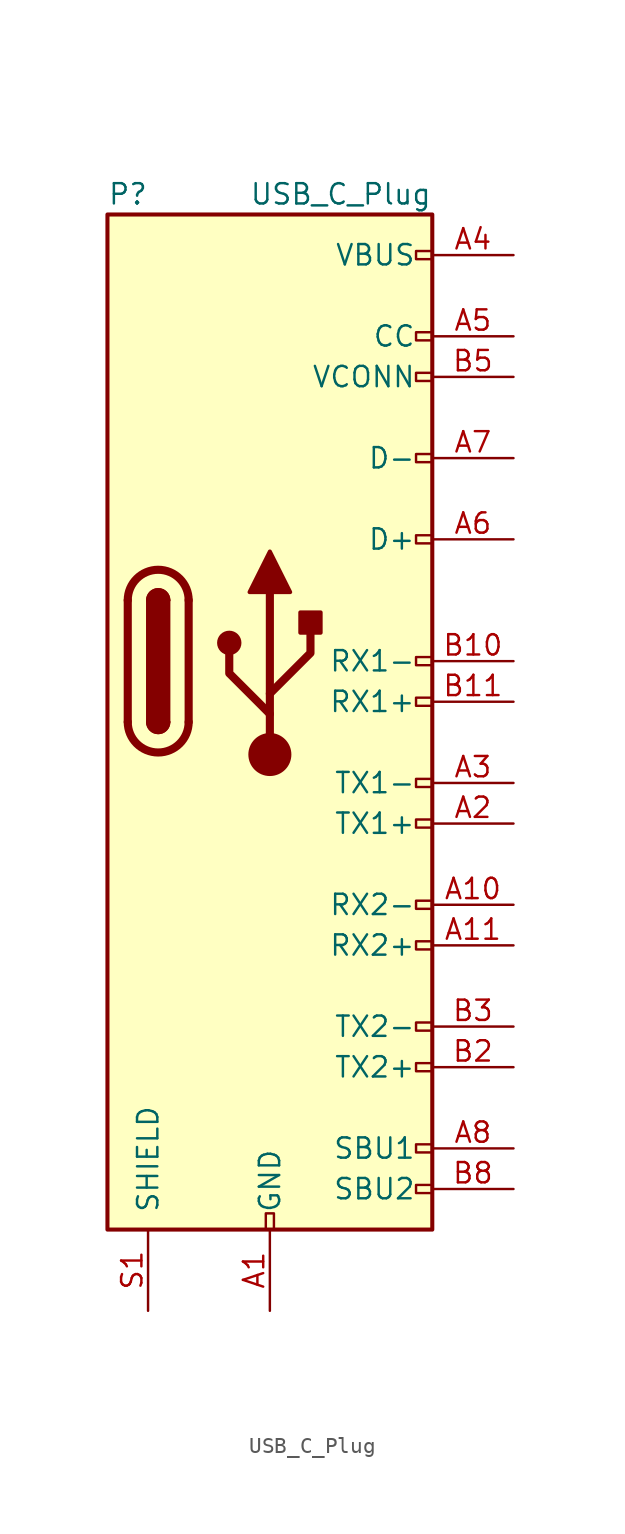
<source format=kicad_sym>
(kicad_symbol_lib
  (version 20220914)
  (generator kicad_symbol_editor)
  (symbol "USB_C_Plug"
    (pin_names
      (offset 1.016))
    (property "Reference" "P"
      (at -10.16 29.21 0)
      (effects (font (size 1.27 1.27)) (justify left)))
    (property "Value" "USB_C_Plug"
      (at 10.16 29.21 0)
      (effects (font (size 1.27 1.27)) (justify right)))
    (symbol "USB_C_Plug_0_0"
      (rectangle (start -0.254 -35.56) (end 0.254 -34.544) (stroke (width 0) (type solid)) (fill (type none)))
      (rectangle (start 10.16 -32.766) (end 9.144 -33.274) (stroke (width 0) (type solid)) (fill (type none)))
      (rectangle (start 10.16 -30.226) (end 9.144 -30.734) (stroke (width 0) (type solid)) (fill (type none)))
      (rectangle (start 10.16 -25.146) (end 9.144 -25.654) (stroke (width 0) (type solid)) (fill (type none)))
      (rectangle (start 10.16 -22.606) (end 9.144 -23.114) (stroke (width 0) (type solid)) (fill (type none)))
      (rectangle (start 10.16 -17.526) (end 9.144 -18.034) (stroke (width 0) (type solid)) (fill (type none)))
      (rectangle (start 10.16 -14.986) (end 9.144 -15.494) (stroke (width 0) (type solid)) (fill (type none)))
      (rectangle (start 10.16 -9.906) (end 9.144 -10.414) (stroke (width 0) (type solid)) (fill (type none)))
      (rectangle (start 10.16 -7.366) (end 9.144 -7.874) (stroke (width 0) (type solid)) (fill (type none)))
      (rectangle (start 10.16 -2.286) (end 9.144 -2.794) (stroke (width 0) (type solid)) (fill (type none)))
      (rectangle (start 10.16 0.254) (end 9.144 -0.254) (stroke (width 0) (type solid)) (fill (type none)))
      (rectangle (start 10.16 7.874) (end 9.144 7.366) (stroke (width 0) (type solid)) (fill (type none)))
      (rectangle (start 10.16 12.954) (end 9.144 12.446) (stroke (width 0) (type solid)) (fill (type none)))
      (rectangle (start 10.16 18.034) (end 9.144 17.526) (stroke (width 0) (type solid)) (fill (type none)))
      (rectangle (start 10.16 20.574) (end 9.144 20.066) (stroke (width 0) (type solid)) (fill (type none)))
      (rectangle (start 10.16 25.654) (end 9.144 25.146) (stroke (width 0) (type solid)) (fill (type none))))
    (symbol "USB_C_Plug_0_1"
      (rectangle (start -10.16 27.94) (end 10.16 -35.56) (stroke (width 0.254) (type solid)) (fill (type background)))
      (arc (start -8.89 -3.81) (mid -6.985 -5.7067) (end -5.08 -3.81) (stroke (width 0.508) (type solid)) (fill (type none)))
      (arc (start -7.62 -3.81) (mid -6.985 -4.4423) (end -6.35 -3.81) (stroke (width 0.254) (type solid)) (fill (type none)))
      (arc (start -7.62 -3.81) (mid -6.985 -4.4423) (end -6.35 -3.81) (stroke (width 0.254) (type solid)) (fill (type outline)))
      (rectangle (start -7.62 -3.81) (end -6.35 3.81) (stroke (width 0.254) (type solid)) (fill (type outline)))
      (arc (start -6.35 3.81) (mid -6.985 4.4423) (end -7.62 3.81) (stroke (width 0.254) (type solid)) (fill (type none)))
      (arc (start -6.35 3.81) (mid -6.985 4.4423) (end -7.62 3.81) (stroke (width 0.254) (type solid)) (fill (type outline)))
      (arc (start -5.08 3.81) (mid -6.985 5.7067) (end -8.89 3.81) (stroke (width 0.508) (type solid)) (fill (type none)))
      (polyline (pts (xy -8.89 -3.81) (xy -8.89 3.81)) (stroke (width 0.508) (type solid)) (fill (type none)))
      (polyline (pts (xy -5.08 3.81) (xy -5.08 -3.81)) (stroke (width 0.508) (type solid)) (fill (type none))))
    (symbol "USB_C_Plug_1_1"
      (circle (center -2.54 1.143) (radius 0.635) (stroke (width 0.254) (type solid)) (fill (type outline)))
      (circle (center 0 -5.842) (radius 1.27) (stroke (width 0) (type solid)) (fill (type outline)))
      (polyline (pts (xy 0 -5.842) (xy 0 4.318)) (stroke (width 0.508) (type solid)) (fill (type none)))
      (polyline (pts (xy 0 -3.302) (xy -2.54 -0.762) (xy -2.54 0.508)) (stroke (width 0.508) (type solid)) (fill (type none)))
      (polyline (pts (xy 0 -2.032) (xy 2.54 0.508) (xy 2.54 1.778)) (stroke (width 0.508) (type solid)) (fill (type none)))
      (polyline (pts (xy -1.27 4.318) (xy 0 6.858) (xy 1.27 4.318) (xy -1.27 4.318)) (stroke (width 0.254) (type solid)) (fill (type outline)))
      (rectangle (start 1.905 1.778) (end 3.175 3.048) (stroke (width 0.254) (type solid)) (fill (type outline)))
      (pin passive line (at 0 -40.64 90) (length 5.08) (name "GND" (effects (font (size 1.27 1.27)))) (number "A1" (effects (font (size 1.27 1.27)))))
      (pin bidirectional line (at 15.24 -15.24 180) (length 5.08) (name "RX2-" (effects (font (size 1.27 1.27)))) (number "A10" (effects (font (size 1.27 1.27)))))
      (pin bidirectional line (at 15.24 -17.78 180) (length 5.08) (name "RX2+" (effects (font (size 1.27 1.27)))) (number "A11" (effects (font (size 1.27 1.27)))))
      (pin passive line (at 0 -40.64 90) (length 5.08) hide (name "GND" (effects (font (size 1.27 1.27)))) (number "A12" (effects (font (size 1.27 1.27)))))
      (pin bidirectional line (at 15.24 -10.16 180) (length 5.08) (name "TX1+" (effects (font (size 1.27 1.27)))) (number "A2" (effects (font (size 1.27 1.27)))))
      (pin bidirectional line (at 15.24 -7.62 180) (length 5.08) (name "TX1-" (effects (font (size 1.27 1.27)))) (number "A3" (effects (font (size 1.27 1.27)))))
      (pin passive line (at 15.24 25.4 180) (length 5.08) (name "VBUS" (effects (font (size 1.27 1.27)))) (number "A4" (effects (font (size 1.27 1.27)))))
      (pin bidirectional line (at 15.24 20.32 180) (length 5.08) (name "CC" (effects (font (size 1.27 1.27)))) (number "A5" (effects (font (size 1.27 1.27)))))
      (pin bidirectional line (at 15.24 7.62 180) (length 5.08) (name "D+" (effects (font (size 1.27 1.27)))) (number "A6" (effects (font (size 1.27 1.27)))))
      (pin bidirectional line (at 15.24 12.7 180) (length 5.08) (name "D-" (effects (font (size 1.27 1.27)))) (number "A7" (effects (font (size 1.27 1.27)))))
      (pin bidirectional line (at 15.24 -30.48 180) (length 5.08) (name "SBU1" (effects (font (size 1.27 1.27)))) (number "A8" (effects (font (size 1.27 1.27)))))
      (pin passive line (at 15.24 25.4 180) (length 5.08) hide (name "VBUS" (effects (font (size 1.27 1.27)))) (number "A9" (effects (font (size 1.27 1.27)))))
      (pin passive line (at 0 -40.64 90) (length 5.08) hide (name "GND" (effects (font (size 1.27 1.27)))) (number "B1" (effects (font (size 1.27 1.27)))))
      (pin bidirectional line (at 15.24 0 180) (length 5.08) (name "RX1-" (effects (font (size 1.27 1.27)))) (number "B10" (effects (font (size 1.27 1.27)))))
      (pin bidirectional line (at 15.24 -2.54 180) (length 5.08) (name "RX1+" (effects (font (size 1.27 1.27)))) (number "B11" (effects (font (size 1.27 1.27)))))
      (pin passive line (at 0 -40.64 90) (length 5.08) hide (name "GND" (effects (font (size 1.27 1.27)))) (number "B12" (effects (font (size 1.27 1.27)))))
      (pin bidirectional line (at 15.24 -25.4 180) (length 5.08) (name "TX2+" (effects (font (size 1.27 1.27)))) (number "B2" (effects (font (size 1.27 1.27)))))
      (pin bidirectional line (at 15.24 -22.86 180) (length 5.08) (name "TX2-" (effects (font (size 1.27 1.27)))) (number "B3" (effects (font (size 1.27 1.27)))))
      (pin passive line (at 15.24 25.4 180) (length 5.08) hide (name "VBUS" (effects (font (size 1.27 1.27)))) (number "B4" (effects (font (size 1.27 1.27)))))
      (pin bidirectional line (at 15.24 17.78 180) (length 5.08) (name "VCONN" (effects (font (size 1.27 1.27)))) (number "B5" (effects (font (size 1.27 1.27)))))
      (pin bidirectional line (at 15.24 -33.02 180) (length 5.08) (name "SBU2" (effects (font (size 1.27 1.27)))) (number "B8" (effects (font (size 1.27 1.27)))))
      (pin passive line (at 15.24 25.4 180) (length 5.08) hide (name "VBUS" (effects (font (size 1.27 1.27)))) (number "B9" (effects (font (size 1.27 1.27)))))
      (pin passive line (at -7.62 -40.64 90) (length 5.08) (name "SHIELD" (effects (font (size 1.27 1.27)))) (number "S1" (effects (font (size 1.27 1.27))))))))
</source>
